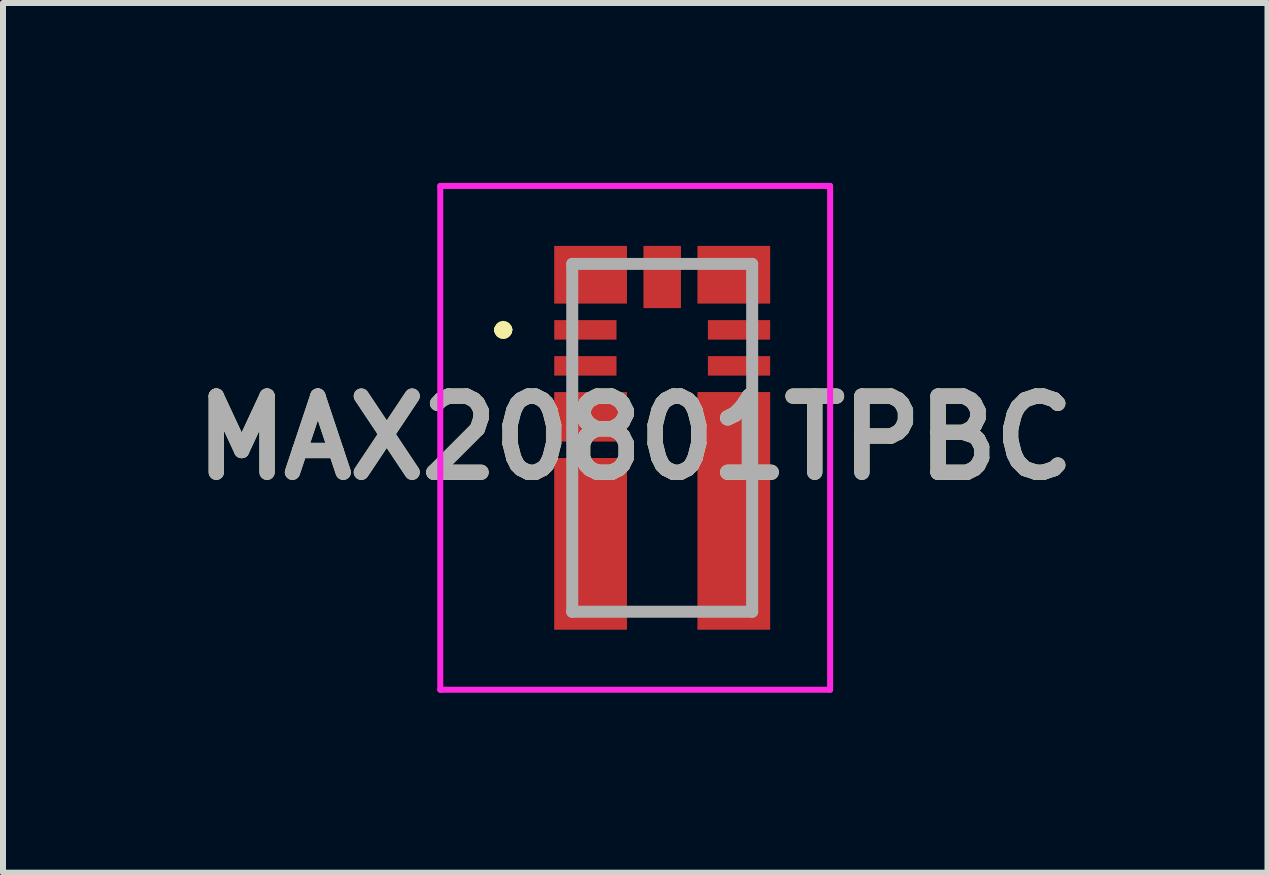
<source format=kicad_pcb>
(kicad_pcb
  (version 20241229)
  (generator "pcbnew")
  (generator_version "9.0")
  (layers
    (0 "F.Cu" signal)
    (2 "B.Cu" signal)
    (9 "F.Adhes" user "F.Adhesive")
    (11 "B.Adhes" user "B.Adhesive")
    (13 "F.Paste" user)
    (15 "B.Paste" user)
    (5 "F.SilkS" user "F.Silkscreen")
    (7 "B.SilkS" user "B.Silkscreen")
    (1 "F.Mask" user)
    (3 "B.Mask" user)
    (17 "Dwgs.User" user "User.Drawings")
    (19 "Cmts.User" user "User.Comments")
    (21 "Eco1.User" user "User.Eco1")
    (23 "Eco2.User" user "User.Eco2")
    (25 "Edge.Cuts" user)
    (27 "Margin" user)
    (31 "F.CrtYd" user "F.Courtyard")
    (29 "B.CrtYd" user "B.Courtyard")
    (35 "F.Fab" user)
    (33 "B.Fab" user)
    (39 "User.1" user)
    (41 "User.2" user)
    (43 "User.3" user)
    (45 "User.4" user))
  (footprint "MAX20801TPBC"
    (layer "F.Cu")
    (at 7.991 4.25)
    (property "Reference" "MAX20801TPBC" (at -0.45 0 0) (layer "F.SilkS") (effects (font (size 1.27 1.27) (thickness 0.254))))
    (attr smd)
    (fp_line (start -2.7 -1.8) (end -2.7 -1.8) (stroke (width 0.2) (type solid)) (layer "F.SilkS"))
    (fp_line (start -2.7 -1.8) (end -2.7 -1.8) (stroke (width 0.2) (type solid)) (layer "F.SilkS"))
    (fp_line (start -2.6 -1.8) (end -2.6 -1.8) (stroke (width 0.2) (type solid)) (layer "F.SilkS"))
    (fp_arc (start -2.7 -1.8) (mid -2.65 -1.85) (end -2.6 -1.8) (stroke (width 0.2) (type solid)) (layer "F.SilkS"))
    (fp_arc (start -2.6 -1.8) (mid -2.65 -1.75) (end -2.7 -1.8) (stroke (width 0.2) (type solid)) (layer "F.SilkS"))
    (fp_arc (start -2.6 -1.8) (mid -2.65 -1.75) (end -2.7 -1.8) (stroke (width 0.2) (type solid)) (layer "F.SilkS"))
    (fp_line (start -3.7 -4.2) (end 2.8 -4.2) (stroke (width 0.1) (type solid)) (layer "F.CrtYd"))
    (fp_line (start -3.7 4.2) (end -3.7 -4.2) (stroke (width 0.1) (type solid)) (layer "F.CrtYd"))
    (fp_line (start 2.8 -4.2) (end 2.8 4.2) (stroke (width 0.1) (type solid)) (layer "F.CrtYd"))
    (fp_line (start 2.8 4.2) (end -3.7 4.2) (stroke (width 0.1) (type solid)) (layer "F.CrtYd"))
    (fp_line (start -1.5 -2.9) (end -1.5 2.9) (stroke (width 0.2) (type solid)) (layer "F.Fab"))
    (fp_line (start -1.5 2.9) (end 1.5 2.9) (stroke (width 0.2) (type solid)) (layer "F.Fab"))
    (fp_line (start 1.5 -2.9) (end -1.5 -2.9) (stroke (width 0.2) (type solid)) (layer "F.Fab"))
    (fp_line (start 1.5 2.9) (end 1.5 -2.9) (stroke (width 0.2) (type solid)) (layer "F.Fab"))
    (fp_text user "${REFERENCE}" (at -0.45 0 0) (layer "F.Fab") (effects (font (size 1.27 1.27) (thickness 0.254))))
    (pad "1" smd rect (at -1.281 -1.8 90) (size 0.325 1.038) (layers "F.Cu" "F.Mask" "F.Paste"))
    (pad "2" smd rect (at -1.281 -1.2 90) (size 0.325 1.038) (layers "F.Cu" "F.Mask" "F.Paste"))
    (pad "3" smd rect (at -1.194 -0.35 90) (size 0.825 1.213) (layers "F.Cu" "F.Mask" "F.Paste"))
    (pad "4" smd rect (at -1.194 1.768) (size 1.213 2.863) (layers "F.Cu" "F.Mask" "F.Paste"))
    (pad "5" smd rect (at 1.194 1.218) (size 1.213 3.963) (layers "F.Cu" "F.Mask" "F.Paste"))
    (pad "6" smd rect (at 1.281 -1.2 90) (size 0.325 1.038) (layers "F.Cu" "F.Mask" "F.Paste"))
    (pad "7" smd rect (at 1.281 -1.8 90) (size 0.325 1.038) (layers "F.Cu" "F.Mask" "F.Paste"))
    (pad "8" smd rect (at 1.194 -2.719 90) (size 0.962 1.213) (layers "F.Cu" "F.Mask" "F.Paste"))
    (pad "9" smd rect (at 0 -2.681) (size 0.625 1.038) (layers "F.Cu" "F.Mask" "F.Paste"))
    (pad "10" smd rect (at -1.194 -2.719 90) (size 0.962 1.213) (layers "F.Cu" "F.Mask" "F.Paste")))
  (gr_rect
    (start -3 -3)
    (end 18.083 11.5)
    (stroke (width 0.1) (type default))
    (fill no)
    (layer "Edge.Cuts")))
</source>
